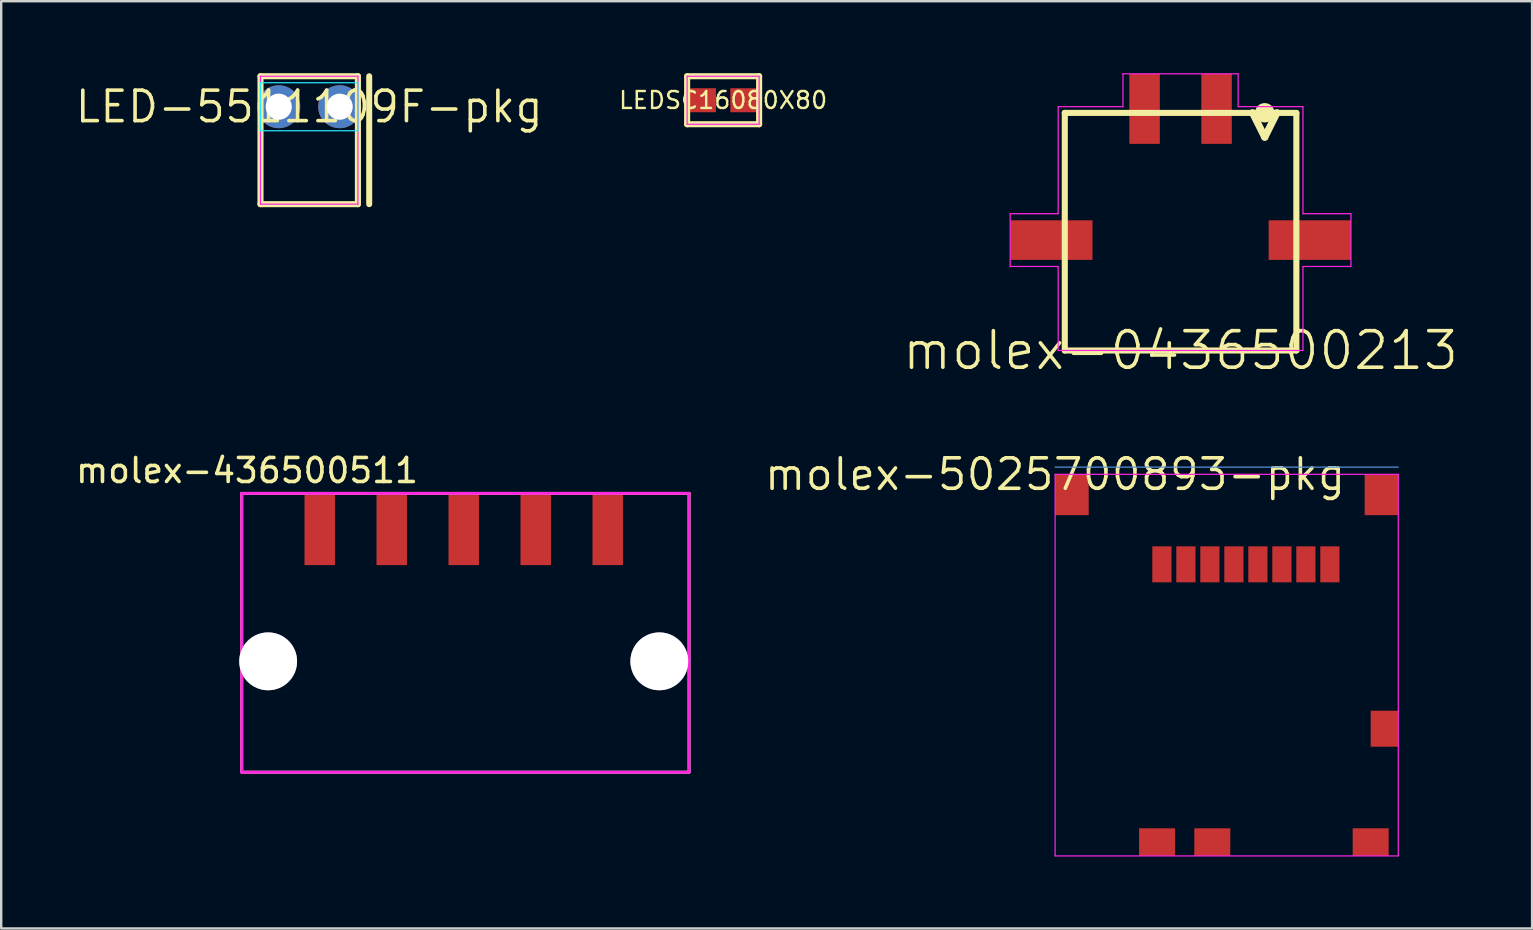
<source format=kicad_pcb>
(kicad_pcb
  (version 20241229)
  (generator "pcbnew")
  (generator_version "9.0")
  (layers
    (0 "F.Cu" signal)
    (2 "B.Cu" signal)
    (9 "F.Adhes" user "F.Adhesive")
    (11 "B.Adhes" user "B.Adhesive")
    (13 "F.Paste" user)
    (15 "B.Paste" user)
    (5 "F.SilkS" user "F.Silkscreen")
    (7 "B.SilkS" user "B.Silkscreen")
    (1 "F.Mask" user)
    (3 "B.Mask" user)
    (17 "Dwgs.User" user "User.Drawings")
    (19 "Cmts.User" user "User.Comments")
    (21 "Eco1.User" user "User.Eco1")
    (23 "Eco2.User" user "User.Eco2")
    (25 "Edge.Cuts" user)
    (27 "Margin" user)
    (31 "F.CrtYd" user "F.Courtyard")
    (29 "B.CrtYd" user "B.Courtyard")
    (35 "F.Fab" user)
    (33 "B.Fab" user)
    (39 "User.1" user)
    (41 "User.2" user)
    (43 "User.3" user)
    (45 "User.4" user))
  (footprint "molex-5025700893-pkg"
    (layer "F.Cu")
    (at 40.917 16.716)
    (property "Reference" "molex-5025700893-pkg" (at 0 0 0) (layer "F.SilkS") (effects (font (size 1.27 1.27) (thickness 0.15))))
    (attr through_hole)
    (fp_line (start 14.3 -0.3) (end 0 -0.3) (stroke (width 0.05) (type solid)) (layer "Cmts.User"))
    (fp_line (start 0 0) (end 0 15.9) (stroke (width 0.05) (type solid)) (layer "F.CrtYd"))
    (fp_line (start 0 15.9) (end 14.3 15.9) (stroke (width 0.05) (type solid)) (layer "F.CrtYd"))
    (fp_line (start 14.3 0) (end 0 0) (stroke (width 0.05) (type solid)) (layer "F.CrtYd"))
    (fp_line (start 14.3 15.9) (end 14.3 0) (stroke (width 0.05) (type solid)) (layer "F.CrtYd"))
    (pad "1" smd rect (at 4.45 3.75) (size 0.8 1.5) (layers "F.Cu" "F.Mask" "F.Paste"))
    (pad "2" smd rect (at 5.45 3.75) (size 0.8 1.5) (layers "F.Cu" "F.Mask" "F.Paste"))
    (pad "3" smd rect (at 6.45 3.75) (size 0.8 1.5) (layers "F.Cu" "F.Mask" "F.Paste"))
    (pad "4" smd rect (at 7.45 3.75) (size 0.8 1.5) (layers "F.Cu" "F.Mask" "F.Paste"))
    (pad "5" smd rect (at 8.45 3.75) (size 0.8 1.5) (layers "F.Cu" "F.Mask" "F.Paste"))
    (pad "6" smd rect (at 9.45 3.75) (size 0.8 1.5) (layers "F.Cu" "F.Mask" "F.Paste"))
    (pad "7" smd rect (at 10.45 3.75) (size 0.8 1.5) (layers "F.Cu" "F.Mask" "F.Paste"))
    (pad "8" smd rect (at 11.45 3.75) (size 0.8 1.5) (layers "F.Cu" "F.Mask" "F.Paste"))
    (pad "9" smd rect (at 13.725 10.6) (size 1.15 1.5) (layers "F.Cu" "F.Mask" "F.Paste"))
    (pad "10" smd rect (at 6.55 15.325) (size 1.5 1.15) (layers "F.Cu" "F.Mask" "F.Paste"))
    (pad "11" smd rect (at 0.7 0.85) (size 1.4 1.7) (layers "F.Cu" "F.Mask" "F.Paste"))
    (pad "12" smd rect (at 13.6 0.85) (size 1.4 1.7) (layers "F.Cu" "F.Mask" "F.Paste"))
    (pad "13" smd rect (at 4.25 15.325) (size 1.5 1.15) (layers "F.Cu" "F.Mask" "F.Paste"))
    (pad "14" smd rect (at 13.15 15.325) (size 1.5 1.15) (layers "F.Cu" "F.Mask" "F.Paste")))
  (footprint "LED-5511109F-pkg"
    (layer "F.Cu")
    (at 9.835 1.397)
    (property "Reference" "LED-5511109F-pkg" (at 0 0 0) (layer "F.SilkS") (effects (font (size 1.27 1.27) (thickness 0.15))))
    (attr through_hole)
    (fp_line (start -2.03 -1.27) (end -2.03 4.06) (stroke (width 0.254) (type solid)) (layer "F.SilkS"))
    (fp_line (start -2.03 4.06) (end 2.03 4.06) (stroke (width 0.254) (type solid)) (layer "F.SilkS"))
    (fp_line (start 2.03 -1.27) (end -2.03 -1.27) (stroke (width 0.254) (type solid)) (layer "F.SilkS"))
    (fp_line (start 2.03 4.06) (end 2.03 -1.27) (stroke (width 0.254) (type solid)) (layer "F.SilkS"))
    (fp_line (start 2.5 -1.27) (end 2.5 4.06) (stroke (width 0.25) (type solid)) (layer "F.SilkS"))
    (fp_line (start -2.03 -1) (end -2.03 1) (stroke (width 0.05) (type solid)) (layer "B.CrtYd"))
    (fp_line (start -2.03 1) (end 2.03 1) (stroke (width 0.05) (type solid)) (layer "B.CrtYd"))
    (fp_line (start 2.03 -1) (end -2.03 -1) (stroke (width 0.05) (type solid)) (layer "B.CrtYd"))
    (fp_line (start 2.03 1) (end 2.03 -1) (stroke (width 0.05) (type solid)) (layer "B.CrtYd"))
    (fp_line (start -2.03 -1.27) (end -2.03 4.06) (stroke (width 0.05) (type solid)) (layer "F.CrtYd"))
    (fp_line (start -2.03 4.06) (end 2.03 4.06) (stroke (width 0.05) (type solid)) (layer "F.CrtYd"))
    (fp_line (start 2.03 -1.27) (end -2.03 -1.27) (stroke (width 0.05) (type solid)) (layer "F.CrtYd"))
    (fp_line (start 2.03 4.06) (end 2.03 -1.27) (stroke (width 0.05) (type solid)) (layer "F.CrtYd"))
    (pad "1" thru_hole circle (at -1.27 0) (size 1.79 1.79) (drill 1.09) (layers "*.Cu" "*.Mask"))
    (pad "2" thru_hole circle (at 1.27 0) (size 1.79 1.79) (drill 1.09) (layers "*.Cu" "*.Mask")))
  (footprint "molex-436500511"
    (layer "F.Cu")
    (at 16.344 23.318)
    (property "Reference" "molex-436500511" (at -9.1 -6.76 0) (layer "F.SilkS") (effects (font (size 1 1) (thickness 0.15))))
    (attr through_hole)
    (fp_line (start -9.32 -5.81) (end -9.32 5.81) (stroke (width 0.12) (type solid)) (layer "F.SilkS"))
    (fp_line (start -9.32 -5.81) (end 9.32 -5.81) (stroke (width 0.12) (type solid)) (layer "F.SilkS"))
    (fp_line (start -9.32 5.81) (end 9.32 5.81) (stroke (width 0.12) (type solid)) (layer "F.SilkS"))
    (fp_line (start 9.32 -5.81) (end 9.32 5.81) (stroke (width 0.12) (type solid)) (layer "F.SilkS"))
    (fp_line (start -9.32 -5.81) (end -9.32 5.81) (stroke (width 0.12) (type solid)) (layer "F.CrtYd"))
    (fp_line (start -9.32 -5.81) (end 9.32 -5.81) (stroke (width 0.12) (type solid)) (layer "F.CrtYd"))
    (fp_line (start -9.32 5.81) (end 9.32 5.81) (stroke (width 0.12) (type solid)) (layer "F.CrtYd"))
    (fp_line (start 9.32 -5.81) (end 9.32 5.81) (stroke (width 0.12) (type solid)) (layer "F.CrtYd"))
    (pad "1" smd rect (at 5.93 -4.28) (size 1.27 2.92) (layers "F.Cu" "F.Mask" "F.Paste"))
    (pad "2" smd rect (at 2.93 -4.28) (size 1.27 2.92) (layers "F.Cu" "F.Mask" "F.Paste"))
    (pad "3" smd rect (at -0.07 -4.28) (size 1.27 2.92) (layers "F.Cu" "F.Mask" "F.Paste"))
    (pad "4" smd rect (at -3.07 -4.28) (size 1.27 2.92) (layers "F.Cu" "F.Mask" "F.Paste"))
    (pad "5" smd rect (at -6.07 -4.28) (size 1.27 2.92) (layers "F.Cu" "F.Mask" "F.Paste"))
    (pad "6" thru_hole circle (at -8.22 1.19) (size 2.41 2.41) (drill 2.41) (layers "*.Cu" "*.Mask"))
    (pad "7" thru_hole circle (at 8.08 1.19) (size 2.41 2.41) (drill 2.41) (layers "*.Cu" "*.Mask")))
  (footprint "molex-0436500213"
    (layer "F.Cu")
    (at 46.145 11.555)
    (property "Reference" "molex-0436500213" (at 0 0 0) (layer "F.SilkS") (effects (font (size 1.524 1.524) (thickness 0.15))))
    (attr through_hole)
    (fp_line (start -4.825 -9.9) (end -4.825 0) (stroke (width 0.254) (type solid)) (layer "F.SilkS"))
    (fp_line (start -4.825 0) (end 4.825 0) (stroke (width 0.254) (type solid)) (layer "F.SilkS"))
    (fp_line (start 3 -9.906) (end 3.508 -8.89) (stroke (width 0.3) (type solid)) (layer "F.SilkS"))
    (fp_line (start 3.508 -8.89) (end 4.016 -9.906) (stroke (width 0.3) (type solid)) (layer "F.SilkS"))
    (fp_line (start 4.825 -9.9) (end -4.825 -9.9) (stroke (width 0.254) (type solid)) (layer "F.SilkS"))
    (fp_line (start 4.825 0) (end 4.825 -9.9) (stroke (width 0.254) (type solid)) (layer "F.SilkS"))
    (fp_circle (center 3.508 -9.906) (end 3.508 -10.16) (stroke (width 0.3) (type solid)) (fill no) (layer "F.SilkS"))
    (fp_line (start -7.1 -3.5) (end -7.1 -5.7) (stroke (width 0.05) (type solid)) (layer "F.CrtYd"))
    (fp_line (start -5.1 -10.16) (end -5.1 -5.7) (stroke (width 0.05) (type solid)) (layer "F.CrtYd"))
    (fp_line (start -5.1 -5.7) (end -7.1 -5.7) (stroke (width 0.05) (type solid)) (layer "F.CrtYd"))
    (fp_line (start -5.1 -3.5) (end -7.1 -3.5) (stroke (width 0.05) (type solid)) (layer "F.CrtYd"))
    (fp_line (start -5.1 -3.5) (end -5.1 0) (stroke (width 0.05) (type solid)) (layer "F.CrtYd"))
    (fp_line (start -5.1 0) (end 5.1 0) (stroke (width 0.05) (type solid)) (layer "F.CrtYd"))
    (fp_line (start -2.4 -11.53) (end -2.4 -10.16) (stroke (width 0.05) (type solid)) (layer "F.CrtYd"))
    (fp_line (start -2.4 -11.53) (end 2.4 -11.53) (stroke (width 0.05) (type solid)) (layer "F.CrtYd"))
    (fp_line (start -2.4 -10.16) (end -5.1 -10.16) (stroke (width 0.05) (type solid)) (layer "F.CrtYd"))
    (fp_line (start 2.4 -11.53) (end 2.4 -10.16) (stroke (width 0.05) (type solid)) (layer "F.CrtYd"))
    (fp_line (start 5.1 -10.16) (end 2.4 -10.16) (stroke (width 0.05) (type solid)) (layer "F.CrtYd"))
    (fp_line (start 5.1 -10.16) (end 5.1 -5.7) (stroke (width 0.05) (type solid)) (layer "F.CrtYd"))
    (fp_line (start 5.1 -3.5) (end 5.1 0) (stroke (width 0.05) (type solid)) (layer "F.CrtYd"))
    (fp_line (start 7.1 -5.7) (end 5.1 -5.7) (stroke (width 0.05) (type solid)) (layer "F.CrtYd"))
    (fp_line (start 7.1 -3.5) (end 5.1 -3.5) (stroke (width 0.05) (type solid)) (layer "F.CrtYd"))
    (fp_line (start 7.1 -3.5) (end 7.1 -5.7) (stroke (width 0.05) (type solid)) (layer "F.CrtYd"))
    (pad "1" smd rect (at 1.5 -10.07) (size 1.27 2.92) (layers "F.Cu" "F.Mask" "F.Paste"))
    (pad "2" smd rect (at -1.5 -10.07) (size 1.27 2.92) (layers "F.Cu" "F.Mask" "F.Paste"))
    (pad "3" smd rect (at 5.385 -4.6) (size 3.43 1.65) (layers "F.Cu" "F.Mask" "F.Paste"))
    (pad "4" smd rect (at -5.385 -4.6) (size 3.43 1.65) (layers "F.Cu" "F.Mask" "F.Paste")))
  (footprint "LEDSC16080X80"
    (layer "F.Cu")
    (at 27.083 1.127)
    (property "Reference" "LEDSC16080X80" (at 0 0 0) (layer "F.SilkS") (effects (font (size 0.706 0.706) (thickness 0.1))))
    (attr through_hole)
    (fp_line (start -1.5 -1) (end -1.5 1) (stroke (width 0.254) (type solid)) (layer "F.SilkS"))
    (fp_line (start -1.5 1) (end 1.5 1) (stroke (width 0.254) (type solid)) (layer "F.SilkS"))
    (fp_line (start 1.5 -1) (end -1.5 -1) (stroke (width 0.254) (type solid)) (layer "F.SilkS"))
    (fp_line (start 1.5 1) (end 1.5 -1) (stroke (width 0.254) (type solid)) (layer "F.SilkS"))
    (fp_line (start -1.5 -1) (end -1.5 1) (stroke (width 0.05) (type solid)) (layer "F.CrtYd"))
    (fp_line (start -1.5 1) (end 1.5 1) (stroke (width 0.05) (type solid)) (layer "F.CrtYd"))
    (fp_line (start 1.5 -1) (end -1.5 -1) (stroke (width 0.05) (type solid)) (layer "F.CrtYd"))
    (fp_line (start 1.5 1) (end 1.5 -1) (stroke (width 0.05) (type solid)) (layer "F.CrtYd"))
    (pad "1" smd rect (at -0.85 0) (size 1.1 1) (layers "F.Cu" "F.Mask" "F.Paste"))
    (pad "2" smd rect (at 0.85 0) (size 1.1 1) (layers "F.Cu" "F.Mask" "F.Paste")))
  (gr_rect
    (start -3 -3)
    (end 60.793 35.641)
    (stroke (width 0.1) (type default))
    (fill no)
    (layer "Edge.Cuts")))
</source>
